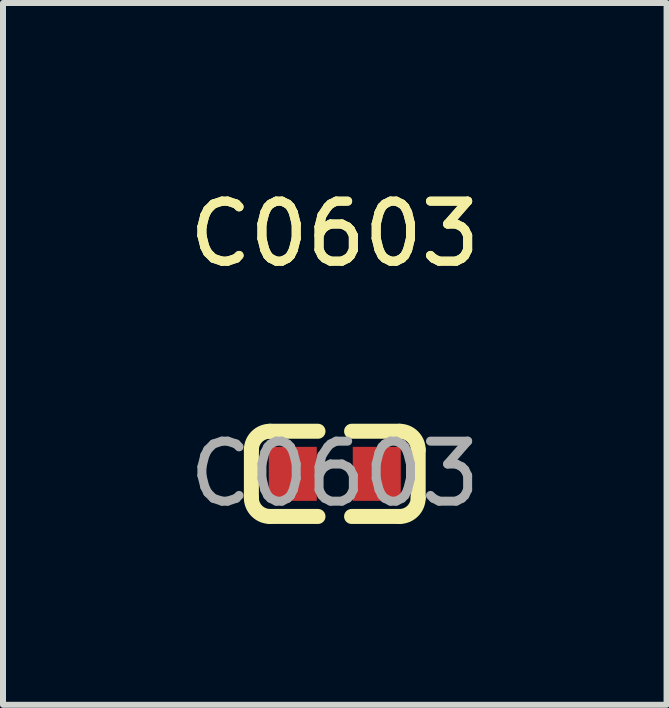
<source format=kicad_pcb>
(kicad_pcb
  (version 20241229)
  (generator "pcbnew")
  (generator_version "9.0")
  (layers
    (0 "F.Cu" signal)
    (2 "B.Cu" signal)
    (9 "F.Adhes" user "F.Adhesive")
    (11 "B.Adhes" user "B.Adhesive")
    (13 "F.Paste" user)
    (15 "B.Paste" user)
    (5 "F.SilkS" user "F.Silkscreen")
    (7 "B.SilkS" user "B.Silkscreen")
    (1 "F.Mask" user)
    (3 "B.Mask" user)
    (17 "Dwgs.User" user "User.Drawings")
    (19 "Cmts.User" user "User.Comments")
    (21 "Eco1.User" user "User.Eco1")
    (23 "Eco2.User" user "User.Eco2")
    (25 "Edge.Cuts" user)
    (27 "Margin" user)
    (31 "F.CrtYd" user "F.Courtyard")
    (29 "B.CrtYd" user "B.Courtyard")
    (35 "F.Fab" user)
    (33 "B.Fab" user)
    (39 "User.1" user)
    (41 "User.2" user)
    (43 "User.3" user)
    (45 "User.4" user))
  (footprint "C0603"
    (layer "F.Cu")
    (at 2.53 4.848)
    (property "Reference" "C0603" (at 0 -4 0) (layer "F.SilkS") (effects (font (size 1 1) (thickness 0.15))))
    (attr smd)
    (fp_line (start -1.39 0.4) (end -1.39 -0.4) (stroke (width 0.25) (type solid)) (layer "F.SilkS"))
    (fp_line (start -0.28 -0.71) (end -1.08 -0.71) (stroke (width 0.25) (type solid)) (layer "F.SilkS"))
    (fp_line (start -0.28 0.71) (end -1.08 0.71) (stroke (width 0.25) (type solid)) (layer "F.SilkS"))
    (fp_line (start 0.28 -0.71) (end 1.08 -0.71) (stroke (width 0.25) (type solid)) (layer "F.SilkS"))
    (fp_line (start 0.28 0.71) (end 1.08 0.71) (stroke (width 0.25) (type solid)) (layer "F.SilkS"))
    (fp_line (start 1.39 -0.4) (end 1.39 0.4) (stroke (width 0.25) (type solid)) (layer "F.SilkS"))
    (fp_arc (start -1.39 -0.4) (mid -1.299203 -0.619203) (end -1.08 -0.71) (stroke (width 0.25) (type solid)) (layer "F.SilkS"))
    (fp_arc (start -1.08 0.71) (mid -1.299203 0.619203) (end -1.39 0.4) (stroke (width 0.25) (type solid)) (layer "F.SilkS"))
    (fp_arc (start 1.08 -0.71) (mid 1.299203 -0.619203) (end 1.39 -0.4) (stroke (width 0.25) (type solid)) (layer "F.SilkS"))
    (fp_arc (start 1.39 0.4) (mid 1.299203 0.619203) (end 1.08 0.71) (stroke (width 0.25) (type solid)) (layer "F.SilkS"))
    (fp_circle (center -0.8 0.4) (end -0.77 0.4) (stroke (width 0.06) (type solid)) (fill no) (layer "F.Fab"))
    (fp_text user "${REFERENCE}" (at 0 -4 0) (layer "F.SilkS") (effects (font (size 1 1) (thickness 0.15))))
    (fp_text user "${REFERENCE}" (at 0 0 0) (layer "F.Fab") (effects (font (size 1 1) (thickness 0.15))))
    (pad "1" smd rect (at -0.7 0) (size 0.8 0.9) (layers "F.Cu" "F.Mask" "F.Paste"))
    (pad "2" smd rect (at 0.7 0) (size 0.8 0.9) (layers "F.Cu" "F.Mask" "F.Paste")))
  (gr_rect
    (start -3 -3)
    (end 8.06 8.697)
    (stroke (width 0.1) (type default))
    (fill no)
    (layer "Edge.Cuts")))
</source>
